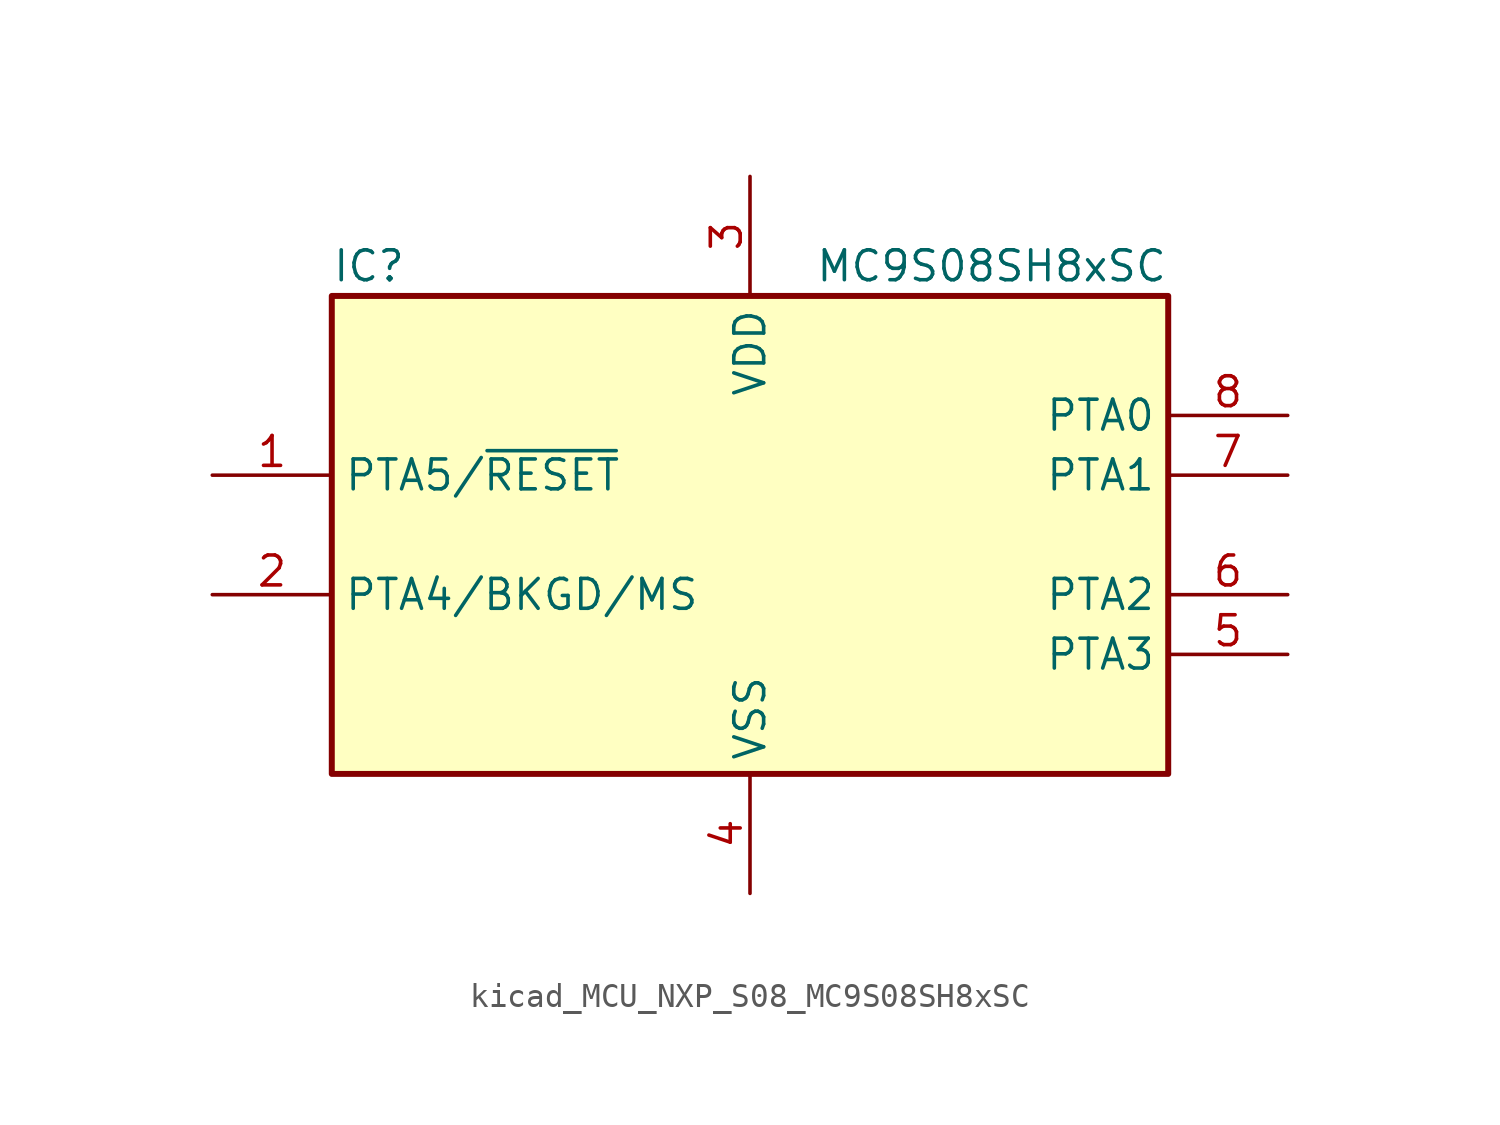
<source format=kicad_sym>
(kicad_symbol_lib
  (version 20220914)
  (generator kicad_symbol_editor)
  (symbol "kicad_MCU_NXP_S08_MC9S08SH8xSC"
    (property "Reference" "IC"
      (at -17.78 11.43 0)
      (effects (font (size 1.27 1.27)) (justify left)))
    (property "Value" "MC9S08SH8xSC"
      (at 17.78 11.43 0)
      (effects (font (size 1.27 1.27)) (justify right)))
    (symbol "kicad_MCU_NXP_S08_MC9S08SH8xSC_0_1"
      (rectangle (start -17.78 10.16) (end 17.78 -10.16) (stroke (width 0.254) (type default)) (fill (type background))))
    (symbol "kicad_MCU_NXP_S08_MC9S08SH8xSC_1_1"
      (pin bidirectional line (at -22.86 2.54 0) (length 5.08) (name "PTA5/~{RESET}" (effects (font (size 1.27 1.27)))) (number "1" (effects (font (size 1.27 1.27)))))
      (pin bidirectional line (at -22.86 -2.54 0) (length 5.08) (name "PTA4/BKGD/MS" (effects (font (size 1.27 1.27)))) (number "2" (effects (font (size 1.27 1.27)))))
      (pin power_in line (at 0 15.24 270) (length 5.08) (name "VDD" (effects (font (size 1.27 1.27)))) (number "3" (effects (font (size 1.27 1.27)))))
      (pin power_in line (at 0 -15.24 90) (length 5.08) (name "VSS" (effects (font (size 1.27 1.27)))) (number "4" (effects (font (size 1.27 1.27)))))
      (pin bidirectional line (at 22.86 -5.08 180) (length 5.08) (name "PTA3" (effects (font (size 1.27 1.27)))) (number "5" (effects (font (size 1.27 1.27)))))
      (pin bidirectional line (at 22.86 -2.54 180) (length 5.08) (name "PTA2" (effects (font (size 1.27 1.27)))) (number "6" (effects (font (size 1.27 1.27)))))
      (pin bidirectional line (at 22.86 2.54 180) (length 5.08) (name "PTA1" (effects (font (size 1.27 1.27)))) (number "7" (effects (font (size 1.27 1.27)))))
      (pin bidirectional line (at 22.86 5.08 180) (length 5.08) (name "PTA0" (effects (font (size 1.27 1.27)))) (number "8" (effects (font (size 1.27 1.27))))))))
</source>
